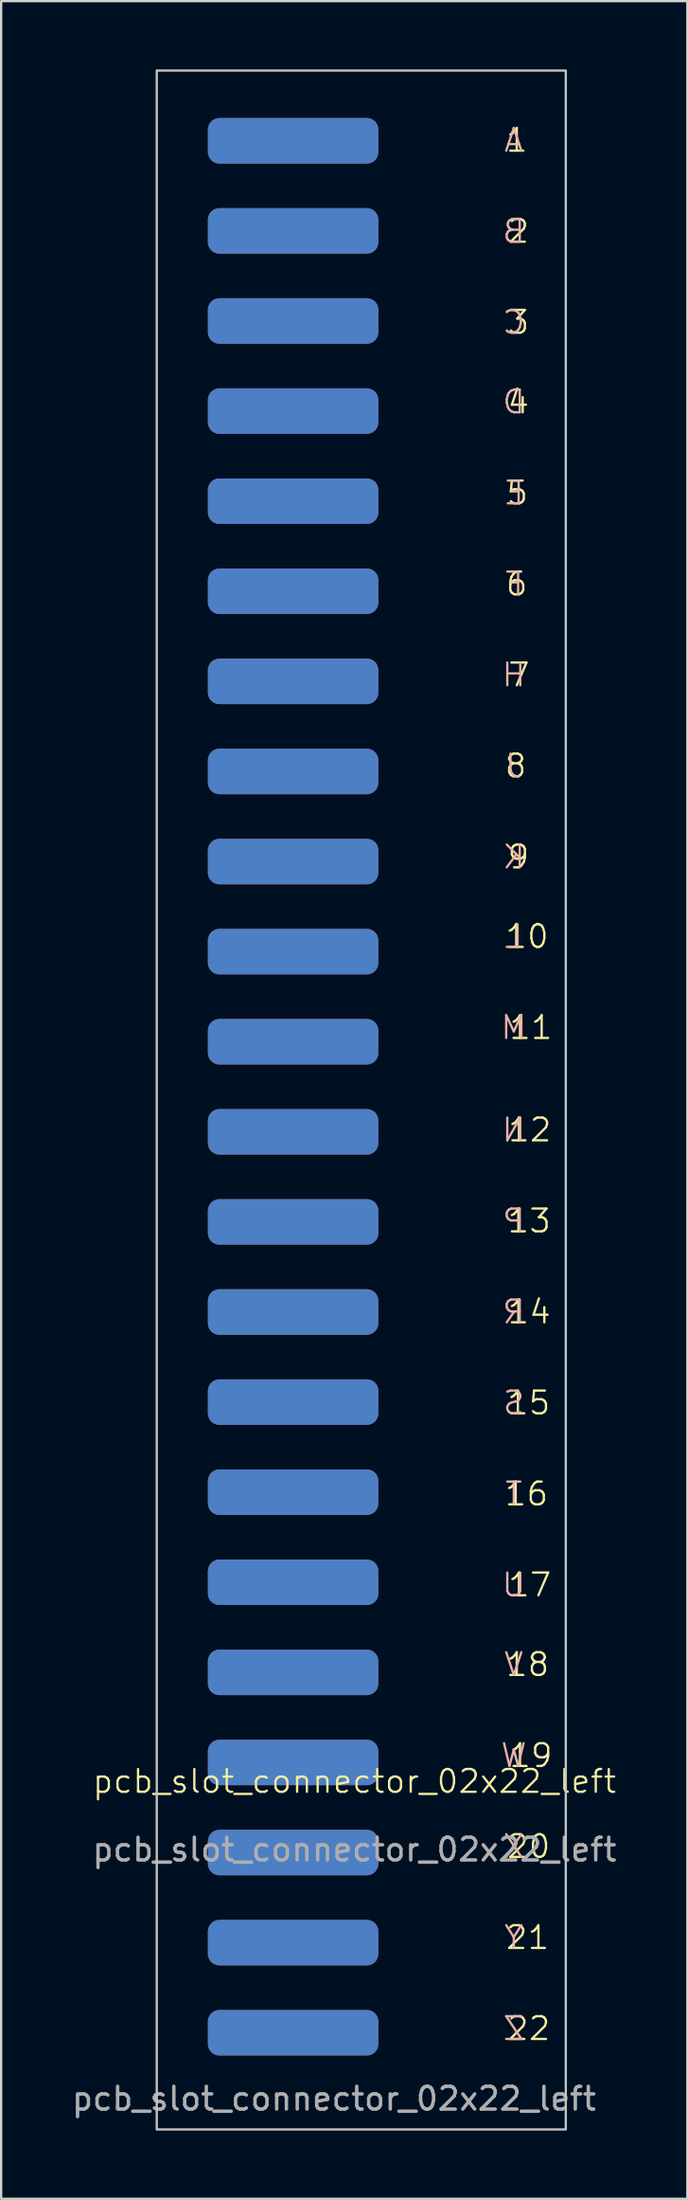
<source format=kicad_pcb>
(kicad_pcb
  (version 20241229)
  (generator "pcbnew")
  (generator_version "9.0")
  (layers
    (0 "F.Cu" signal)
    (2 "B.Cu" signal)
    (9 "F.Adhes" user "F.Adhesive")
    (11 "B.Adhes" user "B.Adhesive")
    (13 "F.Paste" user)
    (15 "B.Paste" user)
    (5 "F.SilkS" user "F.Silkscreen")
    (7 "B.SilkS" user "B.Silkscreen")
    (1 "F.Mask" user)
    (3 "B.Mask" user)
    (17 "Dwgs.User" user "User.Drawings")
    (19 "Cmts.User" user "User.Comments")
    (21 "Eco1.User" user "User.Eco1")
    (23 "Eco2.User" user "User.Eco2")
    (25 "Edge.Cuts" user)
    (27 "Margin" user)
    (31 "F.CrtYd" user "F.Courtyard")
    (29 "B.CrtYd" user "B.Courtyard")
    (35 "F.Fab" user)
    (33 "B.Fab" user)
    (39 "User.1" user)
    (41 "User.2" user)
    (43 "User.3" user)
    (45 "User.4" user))
  (footprint "pcb_slot_connector_02x22_left"
    (layer "F.Cu")
    (at 12.649 42.95)
    (property "Reference" "pcb_slot_connector_02x22_left" (at -0.1 32.3 0) (unlocked yes) (layer "F.SilkS") (effects (font (size 1 1) (thickness 0.1))))
    (attr smd)
    (fp_rect (start -8.8 -42.9) (end 9.2 47.6) (stroke (width 0.1) (type default)) (fill no) (layer "Dwgs.User"))
    (fp_text user "7" (at 6.595 -15.75 0) (unlocked yes) (layer "F.SilkS") (effects (font (size 1 1) (thickness 0.1)) (justify left bottom)))
    (fp_text user "14" (at 6.571 12.25 0) (unlocked yes) (layer "F.SilkS") (effects (font (size 1 1) (thickness 0.1)) (justify left bottom)))
    (fp_text user "10" (at 6.476 -4.25 0) (unlocked yes) (layer "F.SilkS") (effects (font (size 1 1) (thickness 0.1)) (justify left bottom)))
    (fp_text user "5" (at 6.524 -23.75 0) (unlocked yes) (layer "F.SilkS") (effects (font (size 1 1) (thickness 0.1)) (justify left bottom)))
    (fp_text user "21" (at 6.5 39.75 0) (unlocked yes) (layer "F.SilkS") (effects (font (size 1 1) (thickness 0.1)) (justify left bottom)))
    (fp_text user "18" (at 6.5 27.75 0) (unlocked yes) (layer "F.SilkS") (effects (font (size 1 1) (thickness 0.1)) (justify left bottom)))
    (fp_text user "6" (at 6.5 -19.75 0) (unlocked yes) (layer "F.SilkS") (effects (font (size 1 1) (thickness 0.1)) (justify left bottom)))
    (fp_text user "20" (at 6.548 35.75 0) (unlocked yes) (layer "F.SilkS") (effects (font (size 1 1) (thickness 0.1)) (justify left bottom)))
    (fp_text user "15" (at 6.548 16.25 0) (unlocked yes) (layer "F.SilkS") (effects (font (size 1 1) (thickness 0.1)) (justify left bottom)))
    (fp_text user "9" (at 6.571 -7.75 0) (unlocked yes) (layer "F.SilkS") (effects (font (size 1 1) (thickness 0.1)) (justify left bottom)))
    (fp_text user "3" (at 6.571 -31.25 0) (unlocked yes) (layer "F.SilkS") (effects (font (size 1 1) (thickness 0.1)) (justify left bottom)))
    (fp_text user "8" (at 6.452 -11.75 0) (unlocked yes) (layer "F.SilkS") (effects (font (size 1 1) (thickness 0.1)) (justify left bottom)))
    (fp_text user "16" (at 6.452 20.25 0) (unlocked yes) (layer "F.SilkS") (effects (font (size 1 1) (thickness 0.1)) (justify left bottom)))
    (fp_text user "19" (at 6.643 31.75 0) (unlocked yes) (layer "F.SilkS") (effects (font (size 1 1) (thickness 0.1)) (justify left bottom)))
    (fp_text user "22" (at 6.548 43.75 0) (unlocked yes) (layer "F.SilkS") (effects (font (size 1 1) (thickness 0.1)) (justify left bottom)))
    (fp_text user "2" (at 6.571 -35.25 0) (unlocked yes) (layer "F.SilkS") (effects (font (size 1 1) (thickness 0.1)) (justify left bottom)))
    (fp_text user "13" (at 6.571 8.25 0) (unlocked yes) (layer "F.SilkS") (effects (font (size 1 1) (thickness 0.1)) (justify left bottom)))
    (fp_text user "1" (at 6.5 -39.25 0) (unlocked yes) (layer "F.SilkS") (effects (font (size 1 1) (thickness 0.1)) (justify left bottom)))
    (fp_text user "4" (at 6.571 -27.75 0) (unlocked yes) (layer "F.SilkS") (effects (font (size 1 1) (thickness 0.1)) (justify left bottom)))
    (fp_text user "17" (at 6.595 24.25 0) (unlocked yes) (layer "F.SilkS") (effects (font (size 1 1) (thickness 0.1)) (justify left bottom)))
    (fp_text user "12" (at 6.595 4.25 0) (unlocked yes) (layer "F.SilkS") (effects (font (size 1 1) (thickness 0.1)) (justify left bottom)))
    (fp_text user "11" (at 6.643 -0.25 0) (unlocked yes) (layer "F.SilkS") (effects (font (size 1 1) (thickness 0.1)) (justify left bottom)))
    (fp_text user "D" (at 7.476 -27.75 0) (unlocked yes) (layer "B.SilkS") (effects (font (size 1 1) (thickness 0.1)) (justify left bottom mirror)))
    (fp_text user "A" (at 7.405 -39.25 0) (unlocked yes) (layer "B.SilkS") (effects (font (size 1 1) (thickness 0.1)) (justify left bottom mirror)))
    (fp_text user "V" (at 7.405 27.75 0) (unlocked yes) (layer "B.SilkS") (effects (font (size 1 1) (thickness 0.1)) (justify left bottom mirror)))
    (fp_text user "J" (at 7.357 -11.75 0) (unlocked yes) (layer "B.SilkS") (effects (font (size 1 1) (thickness 0.1)) (justify left bottom mirror)))
    (fp_text user "C" (at 7.476 -31.25 0) (unlocked yes) (layer "B.SilkS") (effects (font (size 1 1) (thickness 0.1)) (justify left bottom mirror)))
    (fp_text user "K" (at 7.476 -7.75 0) (unlocked yes) (layer "B.SilkS") (effects (font (size 1 1) (thickness 0.1)) (justify left bottom mirror)))
    (fp_text user "S" (at 7.452 16.25 0) (unlocked yes) (layer "B.SilkS") (effects (font (size 1 1) (thickness 0.1)) (justify left bottom mirror)))
    (fp_text user "W" (at 7.548 31.75 0) (unlocked yes) (layer "B.SilkS") (effects (font (size 1 1) (thickness 0.1)) (justify left bottom mirror)))
    (fp_text user "Z" (at 7.452 43.75 0) (unlocked yes) (layer "B.SilkS") (effects (font (size 1 1) (thickness 0.1)) (justify left bottom mirror)))
    (fp_text user "Y" (at 7.405 39.75 0) (unlocked yes) (layer "B.SilkS") (effects (font (size 1 1) (thickness 0.1)) (justify left bottom mirror)))
    (fp_text user "R" (at 7.476 12.25 0) (unlocked yes) (layer "B.SilkS") (effects (font (size 1 1) (thickness 0.1)) (justify left bottom mirror)))
    (fp_text user "P" (at 7.476 8.25 0) (unlocked yes) (layer "B.SilkS") (effects (font (size 1 1) (thickness 0.1)) (justify left bottom mirror)))
    (fp_text user "L" (at 7.381 -4.25 0) (unlocked yes) (layer "B.SilkS") (effects (font (size 1 1) (thickness 0.1)) (justify left bottom mirror)))
    (fp_text user "F" (at 7.405 -19.75 0) (unlocked yes) (layer "B.SilkS") (effects (font (size 1 1) (thickness 0.1)) (justify left bottom mirror)))
    (fp_text user "B" (at 7.476 -35.25 0) (unlocked yes) (layer "B.SilkS") (effects (font (size 1 1) (thickness 0.1)) (justify left bottom mirror)))
    (fp_text user "M" (at 7.548 -0.25 0) (unlocked yes) (layer "B.SilkS") (effects (font (size 1 1) (thickness 0.1)) (justify left bottom mirror)))
    (fp_text user "X" (at 7.452 35.75 0) (unlocked yes) (layer "B.SilkS") (effects (font (size 1 1) (thickness 0.1)) (justify left bottom mirror)))
    (fp_text user "T" (at 7.357 20.25 0) (unlocked yes) (layer "B.SilkS") (effects (font (size 1 1) (thickness 0.1)) (justify left bottom mirror)))
    (fp_text user "E" (at 7.429 -23.75 0) (unlocked yes) (layer "B.SilkS") (effects (font (size 1 1) (thickness 0.1)) (justify left bottom mirror)))
    (fp_text user "H" (at 7.5 -15.75 0) (unlocked yes) (layer "B.SilkS") (effects (font (size 1 1) (thickness 0.1)) (justify left bottom mirror)))
    (fp_text user "N" (at 7.5 4.25 0) (unlocked yes) (layer "B.SilkS") (effects (font (size 1 1) (thickness 0.1)) (justify left bottom mirror)))
    (fp_text user "U" (at 7.5 24.25 0) (unlocked yes) (layer "B.SilkS") (effects (font (size 1 1) (thickness 0.1)) (justify left bottom mirror)))
    (fp_text user "${REFERENCE}" (at -1 46.25 0) (unlocked yes) (layer "F.Fab") (effects (font (size 1 1) (thickness 0.15))))
    (fp_text user "${REFERENCE}" (at -0.1 35.3 0) (unlocked yes) (layer "F.Fab") (effects (font (size 1 1) (thickness 0.15))))
    (pad "1" smd roundrect (at -2.8 -39.81) (size 7.5 2) (layers "F.Cu" "F.Mask" "F.Paste") (roundrect_rratio 0.25))
    (pad "2" smd roundrect (at -2.8 -35.85) (size 7.5 2) (layers "F.Cu" "F.Mask" "F.Paste") (roundrect_rratio 0.25))
    (pad "3" smd roundrect (at -2.8 -31.89) (size 7.5 2) (layers "F.Cu" "F.Mask" "F.Paste") (roundrect_rratio 0.25))
    (pad "4" smd roundrect (at -2.8 -27.93) (size 7.5 2) (layers "F.Cu" "F.Mask" "F.Paste") (roundrect_rratio 0.25))
    (pad "5" smd roundrect (at -2.8 -23.97) (size 7.5 2) (layers "F.Cu" "F.Mask" "F.Paste") (roundrect_rratio 0.25))
    (pad "6" smd roundrect (at -2.8 -20.01) (size 7.5 2) (layers "F.Cu" "F.Mask" "F.Paste") (roundrect_rratio 0.25))
    (pad "7" smd roundrect (at -2.8 -16.05) (size 7.5 2) (layers "F.Cu" "F.Mask" "F.Paste") (roundrect_rratio 0.25))
    (pad "8" smd roundrect (at -2.8 -12.09) (size 7.5 2) (layers "F.Cu" "F.Mask" "F.Paste") (roundrect_rratio 0.25))
    (pad "9" smd roundrect (at -2.8 -8.13) (size 7.5 2) (layers "F.Cu" "F.Mask" "F.Paste") (roundrect_rratio 0.25))
    (pad "10" smd roundrect (at -2.8 -4.17) (size 7.5 2) (layers "F.Cu" "F.Mask" "F.Paste") (roundrect_rratio 0.25))
    (pad "11" smd roundrect (at -2.8 -0.21) (size 7.5 2) (layers "F.Cu" "F.Mask" "F.Paste") (roundrect_rratio 0.25))
    (pad "12" smd roundrect (at -2.8 3.75) (size 7.5 2) (layers "F.Cu" "F.Mask" "F.Paste") (roundrect_rratio 0.25))
    (pad "13" smd roundrect (at -2.8 7.71) (size 7.5 2) (layers "F.Cu" "F.Mask" "F.Paste") (roundrect_rratio 0.25))
    (pad "14" smd roundrect (at -2.8 11.67) (size 7.5 2) (layers "F.Cu" "F.Mask" "F.Paste") (roundrect_rratio 0.25))
    (pad "15" smd roundrect (at -2.8 15.63) (size 7.5 2) (layers "F.Cu" "F.Mask" "F.Paste") (roundrect_rratio 0.25))
    (pad "16" smd roundrect (at -2.8 19.59) (size 7.5 2) (layers "F.Cu" "F.Mask" "F.Paste") (roundrect_rratio 0.25))
    (pad "17" smd roundrect (at -2.8 23.55) (size 7.5 2) (layers "F.Cu" "F.Mask" "F.Paste") (roundrect_rratio 0.25))
    (pad "18" smd roundrect (at -2.8 27.51) (size 7.5 2) (layers "F.Cu" "F.Mask" "F.Paste") (roundrect_rratio 0.25))
    (pad "19" smd roundrect (at -2.8 31.47) (size 7.5 2) (layers "F.Cu" "F.Mask" "F.Paste") (roundrect_rratio 0.25))
    (pad "20" smd roundrect (at -2.8 35.43) (size 7.5 2) (layers "F.Cu" "F.Mask" "F.Paste") (roundrect_rratio 0.25))
    (pad "21" smd roundrect (at -2.8 39.39) (size 7.5 2) (layers "F.Cu" "F.Mask" "F.Paste") (roundrect_rratio 0.25))
    (pad "22" smd roundrect (at -2.8 43.35) (size 7.5 2) (layers "F.Cu" "F.Mask" "F.Paste") (roundrect_rratio 0.25))
    (pad "A" smd roundrect (at -2.8 -39.81) (size 7.5 2) (layers "B.Cu" "B.Mask" "B.Paste") (roundrect_rratio 0.25))
    (pad "B" smd roundrect (at -2.8 -35.85) (size 7.5 2) (layers "B.Cu" "B.Mask" "B.Paste") (roundrect_rratio 0.25))
    (pad "C" smd roundrect (at -2.8 -31.89) (size 7.5 2) (layers "B.Cu" "B.Mask" "B.Paste") (roundrect_rratio 0.25))
    (pad "D" smd roundrect (at -2.8 -27.93) (size 7.5 2) (layers "B.Cu" "B.Mask" "B.Paste") (roundrect_rratio 0.25))
    (pad "E" smd roundrect (at -2.8 -23.97) (size 7.5 2) (layers "B.Cu" "B.Mask" "B.Paste") (roundrect_rratio 0.25))
    (pad "F" smd roundrect (at -2.8 -20.01) (size 7.5 2) (layers "B.Cu" "B.Mask" "B.Paste") (roundrect_rratio 0.25))
    (pad "H" smd roundrect (at -2.8 -16.05) (size 7.5 2) (layers "B.Cu" "B.Mask" "B.Paste") (roundrect_rratio 0.25))
    (pad "J" smd roundrect (at -2.8 -12.09) (size 7.5 2) (layers "B.Cu" "B.Mask" "B.Paste") (roundrect_rratio 0.25))
    (pad "K" smd roundrect (at -2.8 -8.13) (size 7.5 2) (layers "B.Cu" "B.Mask" "B.Paste") (roundrect_rratio 0.25))
    (pad "L" smd roundrect (at -2.8 -4.17) (size 7.5 2) (layers "B.Cu" "B.Mask" "B.Paste") (roundrect_rratio 0.25))
    (pad "M" smd roundrect (at -2.8 -0.21) (size 7.5 2) (layers "B.Cu" "B.Mask" "B.Paste") (roundrect_rratio 0.25))
    (pad "N" smd roundrect (at -2.8 3.75) (size 7.5 2) (layers "B.Cu" "B.Mask" "B.Paste") (roundrect_rratio 0.25))
    (pad "P" smd roundrect (at -2.8 7.71) (size 7.5 2) (layers "B.Cu" "B.Mask" "B.Paste") (roundrect_rratio 0.25))
    (pad "R" smd roundrect (at -2.8 11.67) (size 7.5 2) (layers "B.Cu" "B.Mask" "B.Paste") (roundrect_rratio 0.25))
    (pad "S" smd roundrect (at -2.8 15.63) (size 7.5 2) (layers "B.Cu" "B.Mask" "B.Paste") (roundrect_rratio 0.25))
    (pad "T" smd roundrect (at -2.8 19.59) (size 7.5 2) (layers "B.Cu" "B.Mask" "B.Paste") (roundrect_rratio 0.25))
    (pad "U" smd roundrect (at -2.8 23.55) (size 7.5 2) (layers "B.Cu" "B.Mask" "B.Paste") (roundrect_rratio 0.25))
    (pad "V" smd roundrect (at -2.8 27.51) (size 7.5 2) (layers "B.Cu" "B.Mask" "B.Paste") (roundrect_rratio 0.25))
    (pad "W" smd roundrect (at -2.8 31.47) (size 7.5 2) (layers "B.Cu" "B.Mask" "B.Paste") (roundrect_rratio 0.25))
    (pad "X" smd roundrect (at -2.8 35.43) (size 7.5 2) (layers "B.Cu" "B.Mask" "B.Paste") (roundrect_rratio 0.25))
    (pad "Y" smd roundrect (at -2.8 39.39) (size 7.5 2) (layers "B.Cu" "B.Mask" "B.Paste") (roundrect_rratio 0.25))
    (pad "Z" smd roundrect (at -2.8 43.35) (size 7.5 2) (layers "B.Cu" "B.Mask" "B.Paste") (roundrect_rratio 0.25)))
  (gr_rect
    (start -3 -3)
    (end 27.198 93.6)
    (stroke (width 0.1) (type default))
    (fill no)
    (layer "Edge.Cuts")))
</source>
